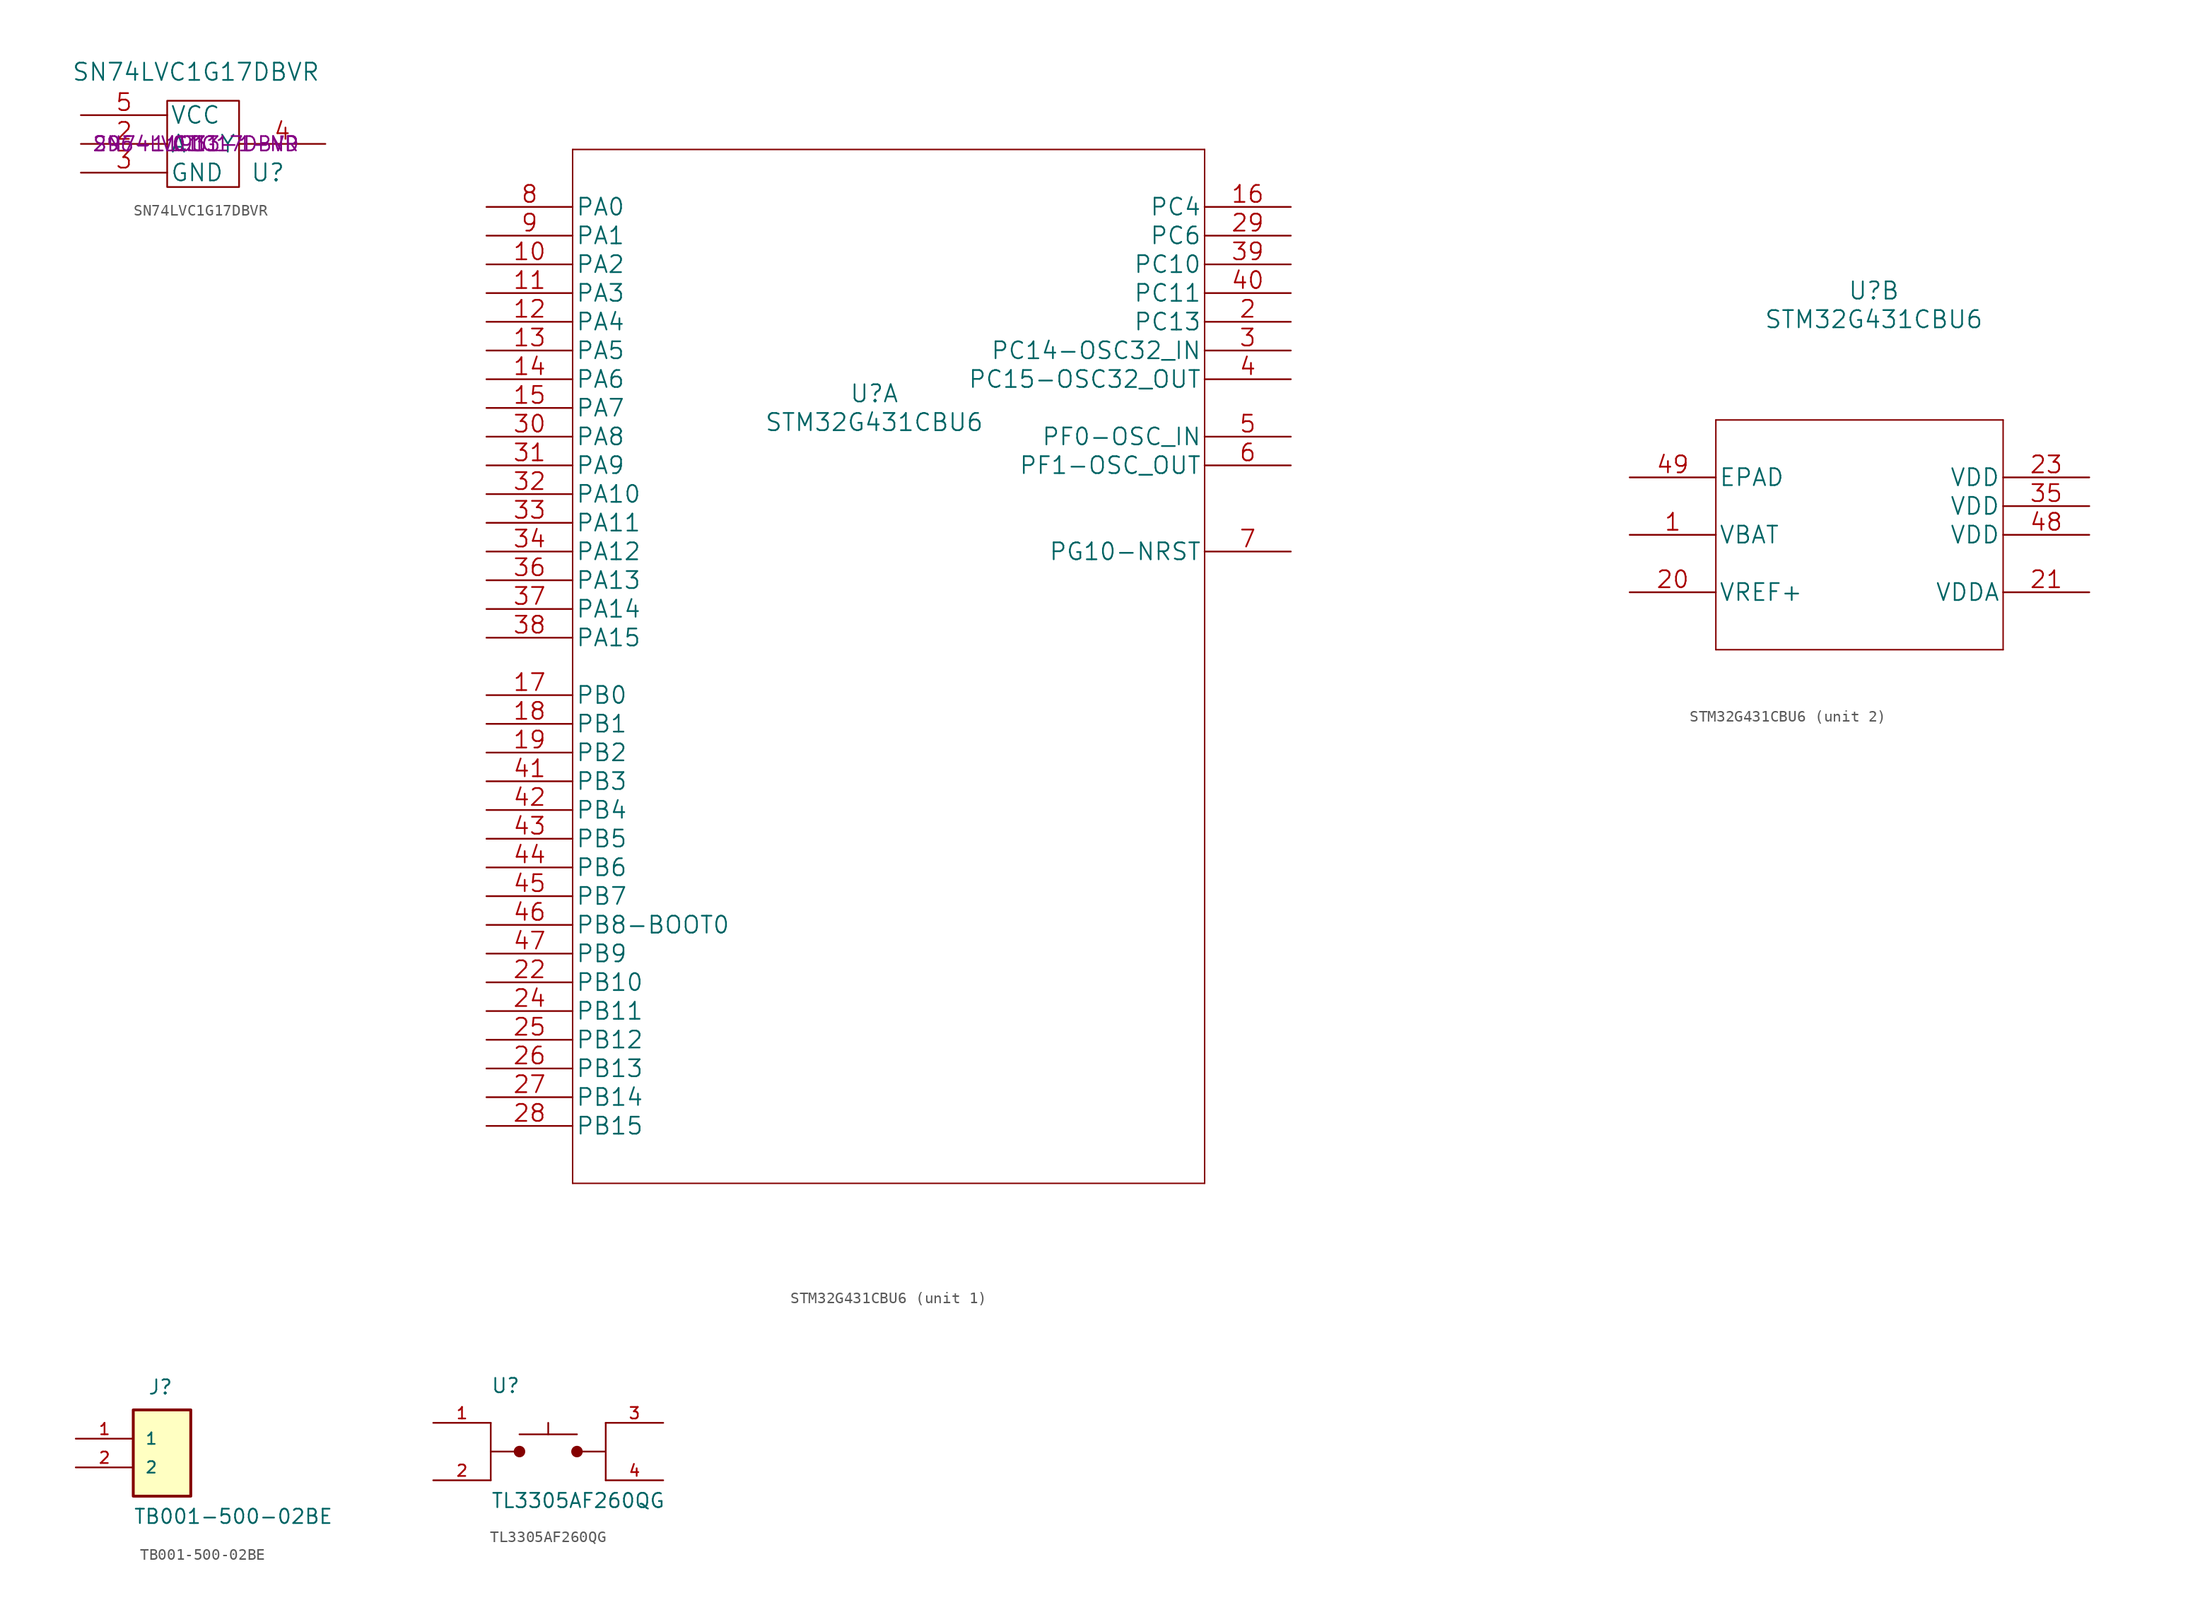
<source format=kicad_sym>
(kicad_symbol_lib
  (version 20211014)
  (generator kicad_symbol_editor)
  (symbol "SN74LVC1G17DBVR"
    (pin_names
      (offset 0.254))
    (property "Reference" "U"
      (at 6.35 -2.54 0)
      (effects (font (size 1.524 1.524))))
    (property "Value" "SN74LVC1G17DBVR"
      (at 0 6.35 0)
      (effects (font (size 1.524 1.524))))
    (property "Datasheet" ""
      (at -10.16 1.27 0)
      (effects (font (size 1.524 1.524))))
    (property "Digikey" "296-11933-1-ND"
      (at 0 0 0)
      (effects (font (size 1.27 1.27))))
    (property "Manufacturer" "TI"
      (at 0 0 0)
      (effects (font (size 1.27 1.27))))
    (property "MPN" "SN74LVC1G17DBVR"
      (at 0 0 0)
      (effects (font (size 1.27 1.27))))
    (property "Price" "0.11"
      (at 0 0 0)
      (effects (font (size 1.27 1.27))))
    (symbol "SN74LVC1G17DBVR_1_1"
      (rectangle (start -2.54 3.81) (end 3.81 -3.81) (stroke (width 0) (type default) (color 0 0 0 0)) (fill (type none)))
      (pin input line (at -10.16 0 0) (length 7.62) (name "A" (effects (font (size 1.499 1.499)))) (number "2" (effects (font (size 1.499 1.499)))))
      (pin power_in line (at -10.16 -2.54 0) (length 7.62) (name "GND" (effects (font (size 1.499 1.499)))) (number "3" (effects (font (size 1.499 1.499)))))
      (pin output line (at 11.43 0 180) (length 7.62) (name "Y" (effects (font (size 1.499 1.499)))) (number "4" (effects (font (size 1.499 1.499)))))
      (pin power_in line (at -10.16 2.54 0) (length 7.62) (name "VCC" (effects (font (size 1.499 1.499)))) (number "5" (effects (font (size 1.499 1.499)))))))
  (symbol "STM32G431CBU6"
    (pin_names
      (offset 0.254))
    (property "Reference" "U"
      (at 0 21.59 0)
      (effects (font (size 1.524 1.524))))
    (property "Value" "STM32G431CBU6"
      (at 0 19.05 0)
      (effects (font (size 1.524 1.524))))
    (property "Datasheet" ""
      (at -34.29 38.1 0)
      (effects (font (size 1.524 1.524))))
    (property "ki_locked" ""
      (at 0 0 0)
      (effects (font (size 1.27 1.27))))
    (symbol "STM32G431CBU6_1_1"
      (polyline (pts (xy -26.67 -48.26) (xy 29.21 -48.26)) (stroke (width 0.127) (type default) (color 0 0 0 0)) (fill (type none)))
      (polyline (pts (xy -26.67 43.18) (xy -26.67 -48.26)) (stroke (width 0.127) (type default) (color 0 0 0 0)) (fill (type none)))
      (polyline (pts (xy 29.21 -48.26) (xy 29.21 43.18)) (stroke (width 0.127) (type default) (color 0 0 0 0)) (fill (type none)))
      (polyline (pts (xy 29.21 43.18) (xy -26.67 43.18)) (stroke (width 0.127) (type default) (color 0 0 0 0)) (fill (type none)))
      (pin bidirectional line (at -34.29 33.02 0) (length 7.62) (name "PA2" (effects (font (size 1.499 1.499)))) (number "10" (effects (font (size 1.499 1.499)))))
      (pin bidirectional line (at -34.29 30.48 0) (length 7.62) (name "PA3" (effects (font (size 1.499 1.499)))) (number "11" (effects (font (size 1.499 1.499)))))
      (pin bidirectional line (at -34.29 27.94 0) (length 7.62) (name "PA4" (effects (font (size 1.499 1.499)))) (number "12" (effects (font (size 1.499 1.499)))))
      (pin bidirectional line (at -34.29 25.4 0) (length 7.62) (name "PA5" (effects (font (size 1.499 1.499)))) (number "13" (effects (font (size 1.499 1.499)))))
      (pin bidirectional line (at -34.29 22.86 0) (length 7.62) (name "PA6" (effects (font (size 1.499 1.499)))) (number "14" (effects (font (size 1.499 1.499)))))
      (pin bidirectional line (at -34.29 20.32 0) (length 7.62) (name "PA7" (effects (font (size 1.499 1.499)))) (number "15" (effects (font (size 1.499 1.499)))))
      (pin bidirectional line (at 36.83 38.1 180) (length 7.62) (name "PC4" (effects (font (size 1.499 1.499)))) (number "16" (effects (font (size 1.499 1.499)))))
      (pin bidirectional line (at -34.29 -5.08 0) (length 7.62) (name "PB0" (effects (font (size 1.499 1.499)))) (number "17" (effects (font (size 1.499 1.499)))))
      (pin bidirectional line (at -34.29 -7.62 0) (length 7.62) (name "PB1" (effects (font (size 1.499 1.499)))) (number "18" (effects (font (size 1.499 1.499)))))
      (pin bidirectional line (at -34.29 -10.16 0) (length 7.62) (name "PB2" (effects (font (size 1.499 1.499)))) (number "19" (effects (font (size 1.499 1.499)))))
      (pin bidirectional line (at 36.83 27.94 180) (length 7.62) (name "PC13" (effects (font (size 1.499 1.499)))) (number "2" (effects (font (size 1.499 1.499)))))
      (pin bidirectional line (at -34.29 -30.48 0) (length 7.62) (name "PB10" (effects (font (size 1.499 1.499)))) (number "22" (effects (font (size 1.499 1.499)))))
      (pin bidirectional line (at -34.29 -33.02 0) (length 7.62) (name "PB11" (effects (font (size 1.499 1.499)))) (number "24" (effects (font (size 1.499 1.499)))))
      (pin bidirectional line (at -34.29 -35.56 0) (length 7.62) (name "PB12" (effects (font (size 1.499 1.499)))) (number "25" (effects (font (size 1.499 1.499)))))
      (pin bidirectional line (at -34.29 -38.1 0) (length 7.62) (name "PB13" (effects (font (size 1.499 1.499)))) (number "26" (effects (font (size 1.499 1.499)))))
      (pin bidirectional line (at -34.29 -40.64 0) (length 7.62) (name "PB14" (effects (font (size 1.499 1.499)))) (number "27" (effects (font (size 1.499 1.499)))))
      (pin bidirectional line (at -34.29 -43.18 0) (length 7.62) (name "PB15" (effects (font (size 1.499 1.499)))) (number "28" (effects (font (size 1.499 1.499)))))
      (pin bidirectional line (at 36.83 35.56 180) (length 7.62) (name "PC6" (effects (font (size 1.499 1.499)))) (number "29" (effects (font (size 1.499 1.499)))))
      (pin bidirectional line (at 36.83 25.4 180) (length 7.62) (name "PC14-OSC32_IN" (effects (font (size 1.499 1.499)))) (number "3" (effects (font (size 1.499 1.499)))))
      (pin bidirectional line (at -34.29 17.78 0) (length 7.62) (name "PA8" (effects (font (size 1.499 1.499)))) (number "30" (effects (font (size 1.499 1.499)))))
      (pin bidirectional line (at -34.29 15.24 0) (length 7.62) (name "PA9" (effects (font (size 1.499 1.499)))) (number "31" (effects (font (size 1.499 1.499)))))
      (pin bidirectional line (at -34.29 12.7 0) (length 7.62) (name "PA10" (effects (font (size 1.499 1.499)))) (number "32" (effects (font (size 1.499 1.499)))))
      (pin bidirectional line (at -34.29 10.16 0) (length 7.62) (name "PA11" (effects (font (size 1.499 1.499)))) (number "33" (effects (font (size 1.499 1.499)))))
      (pin bidirectional line (at -34.29 7.62 0) (length 7.62) (name "PA12" (effects (font (size 1.499 1.499)))) (number "34" (effects (font (size 1.499 1.499)))))
      (pin bidirectional line (at -34.29 5.08 0) (length 7.62) (name "PA13" (effects (font (size 1.499 1.499)))) (number "36" (effects (font (size 1.499 1.499)))))
      (pin bidirectional line (at -34.29 2.54 0) (length 7.62) (name "PA14" (effects (font (size 1.499 1.499)))) (number "37" (effects (font (size 1.499 1.499)))))
      (pin bidirectional line (at -34.29 0 0) (length 7.62) (name "PA15" (effects (font (size 1.499 1.499)))) (number "38" (effects (font (size 1.499 1.499)))))
      (pin bidirectional line (at 36.83 33.02 180) (length 7.62) (name "PC10" (effects (font (size 1.499 1.499)))) (number "39" (effects (font (size 1.499 1.499)))))
      (pin bidirectional line (at 36.83 22.86 180) (length 7.62) (name "PC15-OSC32_OUT" (effects (font (size 1.499 1.499)))) (number "4" (effects (font (size 1.499 1.499)))))
      (pin bidirectional line (at 36.83 30.48 180) (length 7.62) (name "PC11" (effects (font (size 1.499 1.499)))) (number "40" (effects (font (size 1.499 1.499)))))
      (pin bidirectional line (at -34.29 -12.7 0) (length 7.62) (name "PB3" (effects (font (size 1.499 1.499)))) (number "41" (effects (font (size 1.499 1.499)))))
      (pin bidirectional line (at -34.29 -15.24 0) (length 7.62) (name "PB4" (effects (font (size 1.499 1.499)))) (number "42" (effects (font (size 1.499 1.499)))))
      (pin bidirectional line (at -34.29 -17.78 0) (length 7.62) (name "PB5" (effects (font (size 1.499 1.499)))) (number "43" (effects (font (size 1.499 1.499)))))
      (pin bidirectional line (at -34.29 -20.32 0) (length 7.62) (name "PB6" (effects (font (size 1.499 1.499)))) (number "44" (effects (font (size 1.499 1.499)))))
      (pin bidirectional line (at -34.29 -22.86 0) (length 7.62) (name "PB7" (effects (font (size 1.499 1.499)))) (number "45" (effects (font (size 1.499 1.499)))))
      (pin bidirectional line (at -34.29 -25.4 0) (length 7.62) (name "PB8-BOOT0" (effects (font (size 1.499 1.499)))) (number "46" (effects (font (size 1.499 1.499)))))
      (pin bidirectional line (at -34.29 -27.94 0) (length 7.62) (name "PB9" (effects (font (size 1.499 1.499)))) (number "47" (effects (font (size 1.499 1.499)))))
      (pin bidirectional line (at 36.83 17.78 180) (length 7.62) (name "PF0-OSC_IN" (effects (font (size 1.499 1.499)))) (number "5" (effects (font (size 1.499 1.499)))))
      (pin bidirectional line (at 36.83 15.24 180) (length 7.62) (name "PF1-OSC_OUT" (effects (font (size 1.499 1.499)))) (number "6" (effects (font (size 1.499 1.499)))))
      (pin bidirectional line (at 36.83 7.62 180) (length 7.62) (name "PG10-NRST" (effects (font (size 1.499 1.499)))) (number "7" (effects (font (size 1.499 1.499)))))
      (pin bidirectional line (at -34.29 38.1 0) (length 7.62) (name "PA0" (effects (font (size 1.499 1.499)))) (number "8" (effects (font (size 1.499 1.499)))))
      (pin bidirectional line (at -34.29 35.56 0) (length 7.62) (name "PA1" (effects (font (size 1.499 1.499)))) (number "9" (effects (font (size 1.499 1.499))))))
    (symbol "STM32G431CBU6_2_1"
      (polyline (pts (xy -13.97 -10.16) (xy 11.43 -10.16)) (stroke (width 0.127) (type default) (color 0 0 0 0)) (fill (type none)))
      (polyline (pts (xy -13.97 10.16) (xy -13.97 -10.16)) (stroke (width 0.127) (type default) (color 0 0 0 0)) (fill (type none)))
      (polyline (pts (xy 11.43 -10.16) (xy 11.43 10.16)) (stroke (width 0.127) (type default) (color 0 0 0 0)) (fill (type none)))
      (polyline (pts (xy 11.43 10.16) (xy -13.97 10.16)) (stroke (width 0.127) (type default) (color 0 0 0 0)) (fill (type none)))
      (pin power_in line (at -21.59 0 0) (length 7.62) (name "VBAT" (effects (font (size 1.499 1.499)))) (number "1" (effects (font (size 1.499 1.499)))))
      (pin power_in line (at -21.59 -5.08 0) (length 7.62) (name "VREF+" (effects (font (size 1.499 1.499)))) (number "20" (effects (font (size 1.499 1.499)))))
      (pin power_in line (at 19.05 -5.08 180) (length 7.62) (name "VDDA" (effects (font (size 1.499 1.499)))) (number "21" (effects (font (size 1.499 1.499)))))
      (pin power_in line (at 19.05 5.08 180) (length 7.62) (name "VDD" (effects (font (size 1.499 1.499)))) (number "23" (effects (font (size 1.499 1.499)))))
      (pin power_in line (at 19.05 2.54 180) (length 7.62) (name "VDD" (effects (font (size 1.499 1.499)))) (number "35" (effects (font (size 1.499 1.499)))))
      (pin power_in line (at 19.05 0 180) (length 7.62) (name "VDD" (effects (font (size 1.499 1.499)))) (number "48" (effects (font (size 1.499 1.499)))))
      (pin unspecified line (at -21.59 5.08 0) (length 7.62) (name "EPAD" (effects (font (size 1.499 1.499)))) (number "49" (effects (font (size 1.499 1.499)))))))
  (symbol "TB001-500-02BE"
    (pin_names
      (offset 1.016))
    (property "Reference" "J"
      (at -3.81 6.35 0)
      (effects (font (size 1.27 1.27)) (justify left bottom)))
    (property "Value" "TB001-500-02BE"
      (at -5.08 -5.08 0)
      (effects (font (size 1.27 1.27)) (justify left bottom)))
    (symbol "TB001-500-02BE_0_0"
      (rectangle (start -5.08 -2.54) (end 0 5.08) (stroke (width 0.254) (type default) (color 0 0 0 0)) (fill (type background)))
      (pin passive line (at -10.16 2.54 0) (length 5.08) (name "1" (effects (font (size 1.016 1.016)))) (number "1" (effects (font (size 1.016 1.016)))))
      (pin passive line (at -10.16 0 0) (length 5.08) (name "2" (effects (font (size 1.016 1.016)))) (number "2" (effects (font (size 1.016 1.016)))))))
  (symbol "TL3305AF260QG"
    (pin_names
      (offset 1.016) hide)
    (property "Reference" "U"
      (at -5.08 5.08 0)
      (effects (font (size 1.27 1.27)) (justify left bottom)))
    (property "Value" "TL3305AF260QG"
      (at -5.08 -5.08 0)
      (effects (font (size 1.27 1.27)) (justify left bottom)))
    (symbol "TL3305AF260QG_0_0"
      (circle (center -2.54 0) (radius 0.254) (stroke (width 0.508) (type default) (color 0 0 0 0)) (fill (type none)))
      (polyline (pts (xy -5.08 0) (xy -2.54 0)) (stroke (width 0.152) (type default) (color 0 0 0 0)) (fill (type none)))
      (polyline (pts (xy -5.08 2.54) (xy -5.08 -2.54)) (stroke (width 0.152) (type default) (color 0 0 0 0)) (fill (type none)))
      (polyline (pts (xy -2.54 1.524) (xy 0 1.524)) (stroke (width 0.152) (type default) (color 0 0 0 0)) (fill (type none)))
      (polyline (pts (xy 0 1.524) (xy 2.54 1.524)) (stroke (width 0.152) (type default) (color 0 0 0 0)) (fill (type none)))
      (polyline (pts (xy 0 2.54) (xy 0 1.524)) (stroke (width 0.152) (type default) (color 0 0 0 0)) (fill (type none)))
      (polyline (pts (xy 5.08 0) (xy 2.54 0)) (stroke (width 0.152) (type default) (color 0 0 0 0)) (fill (type none)))
      (polyline (pts (xy 5.08 2.54) (xy 5.08 -2.54)) (stroke (width 0.152) (type default) (color 0 0 0 0)) (fill (type none)))
      (circle (center 2.54 0) (radius 0.254) (stroke (width 0.508) (type default) (color 0 0 0 0)) (fill (type none)))
      (pin passive line (at -10.16 2.54 0) (length 5.08) (name "~" (effects (font (size 1.016 1.016)))) (number "1" (effects (font (size 1.016 1.016)))))
      (pin passive line (at -10.16 -2.54 0) (length 5.08) (name "~" (effects (font (size 1.016 1.016)))) (number "2" (effects (font (size 1.016 1.016)))))
      (pin passive line (at 10.16 2.54 180) (length 5.08) (name "~" (effects (font (size 1.016 1.016)))) (number "3" (effects (font (size 1.016 1.016)))))
      (pin passive line (at 10.16 -2.54 180) (length 5.08) (name "~" (effects (font (size 1.016 1.016)))) (number "4" (effects (font (size 1.016 1.016))))))))
</source>
